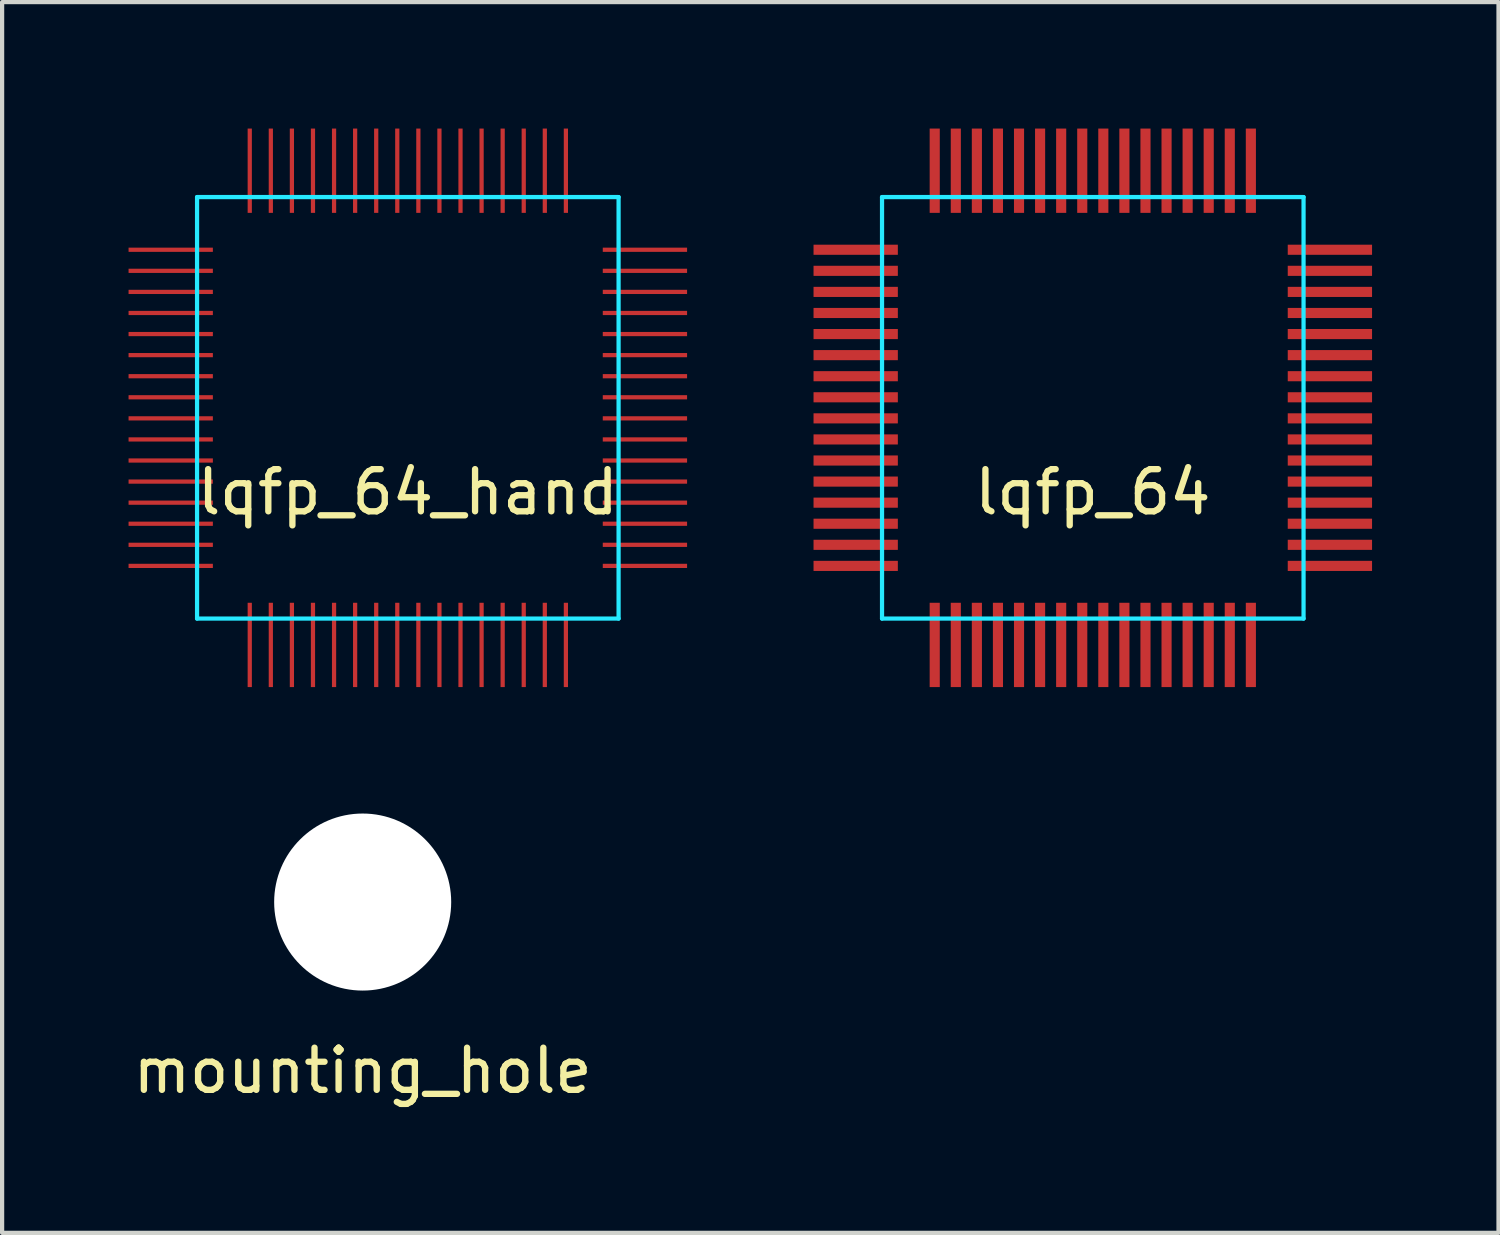
<source format=kicad_pcb>
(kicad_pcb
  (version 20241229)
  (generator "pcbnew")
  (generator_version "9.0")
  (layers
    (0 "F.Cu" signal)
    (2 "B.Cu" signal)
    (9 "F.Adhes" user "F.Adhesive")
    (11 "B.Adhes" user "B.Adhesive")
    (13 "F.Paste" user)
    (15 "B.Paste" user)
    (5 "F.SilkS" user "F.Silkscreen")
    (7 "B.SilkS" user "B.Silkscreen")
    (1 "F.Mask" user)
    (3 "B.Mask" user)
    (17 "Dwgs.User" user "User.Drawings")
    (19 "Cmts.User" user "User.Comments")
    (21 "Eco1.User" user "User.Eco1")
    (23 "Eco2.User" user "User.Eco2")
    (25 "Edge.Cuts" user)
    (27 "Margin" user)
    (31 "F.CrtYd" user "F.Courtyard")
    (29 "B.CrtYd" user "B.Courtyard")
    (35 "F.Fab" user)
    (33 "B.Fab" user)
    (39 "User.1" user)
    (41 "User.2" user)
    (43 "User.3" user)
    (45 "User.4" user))
  (footprint "lqfp_64"
    (layer "F.Cu")
    (at 22.875 6.625)
    (property "Reference" "lqfp_64" (at 0 2 0) (layer "F.SilkS") (effects (font (size 1 1) (thickness 0.15))))
    (attr through_hole)
    (fp_line (start -5 -5) (end -5 5) (stroke (width 0.1) (type solid)) (layer "B.CrtYd"))
    (fp_line (start -5 5) (end 5 5) (stroke (width 0.1) (type solid)) (layer "B.CrtYd"))
    (fp_line (start 5 -5) (end -5 -5) (stroke (width 0.1) (type solid)) (layer "B.CrtYd"))
    (fp_line (start 5 5) (end 5 -5) (stroke (width 0.1) (type solid)) (layer "B.CrtYd"))
    (pad "1" smd rect (at -5.625 -3.75) (size 2 0.24) (layers "F.Cu" "F.Mask" "F.Paste"))
    (pad "2" smd rect (at -5.625 -3.25) (size 2 0.24) (layers "F.Cu" "F.Mask" "F.Paste"))
    (pad "3" smd rect (at -5.625 -2.75) (size 2 0.24) (layers "F.Cu" "F.Mask" "F.Paste"))
    (pad "4" smd rect (at -5.625 -2.25) (size 2 0.24) (layers "F.Cu" "F.Mask" "F.Paste"))
    (pad "5" smd rect (at -5.625 -1.75) (size 2 0.24) (layers "F.Cu" "F.Mask" "F.Paste"))
    (pad "6" smd rect (at -5.625 -1.25) (size 2 0.24) (layers "F.Cu" "F.Mask" "F.Paste"))
    (pad "7" smd rect (at -5.625 -0.75) (size 2 0.24) (layers "F.Cu" "F.Mask" "F.Paste"))
    (pad "8" smd rect (at -5.625 -0.25) (size 2 0.24) (layers "F.Cu" "F.Mask" "F.Paste"))
    (pad "9" smd rect (at -5.625 0.25) (size 2 0.24) (layers "F.Cu" "F.Mask" "F.Paste"))
    (pad "10" smd rect (at -5.625 0.75) (size 2 0.24) (layers "F.Cu" "F.Mask" "F.Paste"))
    (pad "11" smd rect (at -5.625 1.25) (size 2 0.24) (layers "F.Cu" "F.Mask" "F.Paste"))
    (pad "12" smd rect (at -5.625 1.75) (size 2 0.24) (layers "F.Cu" "F.Mask" "F.Paste"))
    (pad "13" smd rect (at -5.625 2.25) (size 2 0.24) (layers "F.Cu" "F.Mask" "F.Paste"))
    (pad "14" smd rect (at -5.625 2.75) (size 2 0.24) (layers "F.Cu" "F.Mask" "F.Paste"))
    (pad "15" smd rect (at -5.625 3.25) (size 2 0.24) (layers "F.Cu" "F.Mask" "F.Paste"))
    (pad "16" smd rect (at -5.625 3.75) (size 2 0.24) (layers "F.Cu" "F.Mask" "F.Paste"))
    (pad "17" smd rect (at -3.75 5.625) (size 0.24 2) (layers "F.Cu" "F.Mask" "F.Paste"))
    (pad "18" smd rect (at -3.25 5.625) (size 0.24 2) (layers "F.Cu" "F.Mask" "F.Paste"))
    (pad "19" smd rect (at -2.75 5.625) (size 0.24 2) (layers "F.Cu" "F.Mask" "F.Paste"))
    (pad "20" smd rect (at -2.25 5.625) (size 0.24 2) (layers "F.Cu" "F.Mask" "F.Paste"))
    (pad "21" smd rect (at -1.75 5.625) (size 0.24 2) (layers "F.Cu" "F.Mask" "F.Paste"))
    (pad "22" smd rect (at -1.25 5.625) (size 0.24 2) (layers "F.Cu" "F.Mask" "F.Paste"))
    (pad "23" smd rect (at -0.75 5.625) (size 0.24 2) (layers "F.Cu" "F.Mask" "F.Paste"))
    (pad "24" smd rect (at -0.25 5.625) (size 0.24 2) (layers "F.Cu" "F.Mask" "F.Paste"))
    (pad "25" smd rect (at 0.25 5.625) (size 0.24 2) (layers "F.Cu" "F.Mask" "F.Paste"))
    (pad "26" smd rect (at 0.75 5.625) (size 0.24 2) (layers "F.Cu" "F.Mask" "F.Paste"))
    (pad "27" smd rect (at 1.25 5.625) (size 0.24 2) (layers "F.Cu" "F.Mask" "F.Paste"))
    (pad "28" smd rect (at 1.75 5.625) (size 0.24 2) (layers "F.Cu" "F.Mask" "F.Paste"))
    (pad "29" smd rect (at 2.25 5.625) (size 0.24 2) (layers "F.Cu" "F.Mask" "F.Paste"))
    (pad "30" smd rect (at 2.75 5.625) (size 0.24 2) (layers "F.Cu" "F.Mask" "F.Paste"))
    (pad "31" smd rect (at 3.25 5.625) (size 0.24 2) (layers "F.Cu" "F.Mask" "F.Paste"))
    (pad "32" smd rect (at 3.75 5.625) (size 0.24 2) (layers "F.Cu" "F.Mask" "F.Paste"))
    (pad "33" smd rect (at 5.625 3.75) (size 2 0.24) (layers "F.Cu" "F.Mask" "F.Paste"))
    (pad "34" smd rect (at 5.625 3.25) (size 2 0.24) (layers "F.Cu" "F.Mask" "F.Paste"))
    (pad "35" smd rect (at 5.625 2.75) (size 2 0.24) (layers "F.Cu" "F.Mask" "F.Paste"))
    (pad "36" smd rect (at 5.625 2.25) (size 2 0.24) (layers "F.Cu" "F.Mask" "F.Paste"))
    (pad "37" smd rect (at 5.625 1.75) (size 2 0.24) (layers "F.Cu" "F.Mask" "F.Paste"))
    (pad "38" smd rect (at 5.625 1.25) (size 2 0.24) (layers "F.Cu" "F.Mask" "F.Paste"))
    (pad "39" smd rect (at 5.625 0.75) (size 2 0.24) (layers "F.Cu" "F.Mask" "F.Paste"))
    (pad "40" smd rect (at 5.625 0.25) (size 2 0.24) (layers "F.Cu" "F.Mask" "F.Paste"))
    (pad "41" smd rect (at 5.625 -0.25) (size 2 0.24) (layers "F.Cu" "F.Mask" "F.Paste"))
    (pad "42" smd rect (at 5.625 -0.75) (size 2 0.24) (layers "F.Cu" "F.Mask" "F.Paste"))
    (pad "43" smd rect (at 5.625 -1.25) (size 2 0.24) (layers "F.Cu" "F.Mask" "F.Paste"))
    (pad "44" smd rect (at 5.625 -1.75) (size 2 0.24) (layers "F.Cu" "F.Mask" "F.Paste"))
    (pad "45" smd rect (at 5.625 -2.25) (size 2 0.24) (layers "F.Cu" "F.Mask" "F.Paste"))
    (pad "46" smd rect (at 5.625 -2.75) (size 2 0.24) (layers "F.Cu" "F.Mask" "F.Paste"))
    (pad "47" smd rect (at 5.625 -3.25) (size 2 0.24) (layers "F.Cu" "F.Mask" "F.Paste"))
    (pad "48" smd rect (at 5.625 -3.75) (size 2 0.24) (layers "F.Cu" "F.Mask" "F.Paste"))
    (pad "49" smd rect (at 3.75 -5.625) (size 0.24 2) (layers "F.Cu" "F.Mask" "F.Paste"))
    (pad "50" smd rect (at 3.25 -5.625) (size 0.24 2) (layers "F.Cu" "F.Mask" "F.Paste"))
    (pad "51" smd rect (at 2.75 -5.625) (size 0.24 2) (layers "F.Cu" "F.Mask" "F.Paste"))
    (pad "52" smd rect (at 2.25 -5.625) (size 0.24 2) (layers "F.Cu" "F.Mask" "F.Paste"))
    (pad "53" smd rect (at 1.75 -5.625) (size 0.24 2) (layers "F.Cu" "F.Mask" "F.Paste"))
    (pad "54" smd rect (at 1.25 -5.625) (size 0.24 2) (layers "F.Cu" "F.Mask" "F.Paste"))
    (pad "55" smd rect (at 0.75 -5.625) (size 0.24 2) (layers "F.Cu" "F.Mask" "F.Paste"))
    (pad "56" smd rect (at 0.25 -5.625) (size 0.24 2) (layers "F.Cu" "F.Mask" "F.Paste"))
    (pad "57" smd rect (at -0.25 -5.625) (size 0.24 2) (layers "F.Cu" "F.Mask" "F.Paste"))
    (pad "58" smd rect (at -0.75 -5.625) (size 0.24 2) (layers "F.Cu" "F.Mask" "F.Paste"))
    (pad "59" smd rect (at -1.25 -5.625) (size 0.24 2) (layers "F.Cu" "F.Mask" "F.Paste"))
    (pad "60" smd rect (at -1.75 -5.625) (size 0.24 2) (layers "F.Cu" "F.Mask" "F.Paste"))
    (pad "61" smd rect (at -2.25 -5.625) (size 0.24 2) (layers "F.Cu" "F.Mask" "F.Paste"))
    (pad "62" smd rect (at -2.75 -5.625) (size 0.24 2) (layers "F.Cu" "F.Mask" "F.Paste"))
    (pad "63" smd rect (at -3.25 -5.625) (size 0.24 2) (layers "F.Cu" "F.Mask" "F.Paste"))
    (pad "64" smd rect (at -3.75 -5.625) (size 0.24 2) (layers "F.Cu" "F.Mask" "F.Paste")))
  (footprint "mounting_hole"
    (layer "F.Cu")
    (at 5.554 18.35)
    (property "Reference" "mounting_hole" (at 0 4 0) (layer "F.SilkS") (effects (font (size 1 1) (thickness 0.15))))
    (attr through_hole)
    (pad "" np_thru_hole circle (at 0 0) (size 4.2 4.2) (drill 4.2) (layers "*.Cu" "*.Mask")))
  (footprint "lqfp_64_hand"
    (layer "F.Cu")
    (at 6.625 6.625)
    (property "Reference" "lqfp_64_hand" (at 0 2 0) (layer "F.SilkS") (effects (font (size 1 1) (thickness 0.15))))
    (attr through_hole)
    (fp_line (start -5 -5) (end -5 5) (stroke (width 0.1) (type solid)) (layer "B.CrtYd"))
    (fp_line (start -5 5) (end 5 5) (stroke (width 0.1) (type solid)) (layer "B.CrtYd"))
    (fp_line (start 5 -5) (end -5 -5) (stroke (width 0.1) (type solid)) (layer "B.CrtYd"))
    (fp_line (start 5 5) (end 5 -5) (stroke (width 0.1) (type solid)) (layer "B.CrtYd"))
    (pad "1" smd rect (at -5.625 -3.75) (size 2 0.1) (layers "F.Cu" "F.Mask" "F.Paste"))
    (pad "2" smd rect (at -5.625 -3.25) (size 2 0.1) (layers "F.Cu" "F.Mask" "F.Paste"))
    (pad "3" smd rect (at -5.625 -2.75) (size 2 0.1) (layers "F.Cu" "F.Mask" "F.Paste"))
    (pad "4" smd rect (at -5.625 -2.25) (size 2 0.1) (layers "F.Cu" "F.Mask" "F.Paste"))
    (pad "5" smd rect (at -5.625 -1.75) (size 2 0.1) (layers "F.Cu" "F.Mask" "F.Paste"))
    (pad "6" smd rect (at -5.625 -1.25) (size 2 0.1) (layers "F.Cu" "F.Mask" "F.Paste"))
    (pad "7" smd rect (at -5.625 -0.75) (size 2 0.1) (layers "F.Cu" "F.Mask" "F.Paste"))
    (pad "8" smd rect (at -5.625 -0.25) (size 2 0.1) (layers "F.Cu" "F.Mask" "F.Paste"))
    (pad "9" smd rect (at -5.625 0.25) (size 2 0.1) (layers "F.Cu" "F.Mask" "F.Paste"))
    (pad "10" smd rect (at -5.625 0.75) (size 2 0.1) (layers "F.Cu" "F.Mask" "F.Paste"))
    (pad "11" smd rect (at -5.625 1.25) (size 2 0.1) (layers "F.Cu" "F.Mask" "F.Paste"))
    (pad "12" smd rect (at -5.625 1.75) (size 2 0.1) (layers "F.Cu" "F.Mask" "F.Paste"))
    (pad "13" smd rect (at -5.625 2.25) (size 2 0.1) (layers "F.Cu" "F.Mask" "F.Paste"))
    (pad "14" smd rect (at -5.625 2.75) (size 2 0.1) (layers "F.Cu" "F.Mask" "F.Paste"))
    (pad "15" smd rect (at -5.625 3.25) (size 2 0.1) (layers "F.Cu" "F.Mask" "F.Paste"))
    (pad "16" smd rect (at -5.625 3.75) (size 2 0.1) (layers "F.Cu" "F.Mask" "F.Paste"))
    (pad "17" smd rect (at -3.75 5.625) (size 0.1 2) (layers "F.Cu" "F.Mask" "F.Paste"))
    (pad "18" smd rect (at -3.25 5.625) (size 0.1 2) (layers "F.Cu" "F.Mask" "F.Paste"))
    (pad "19" smd rect (at -2.75 5.625) (size 0.1 2) (layers "F.Cu" "F.Mask" "F.Paste"))
    (pad "20" smd rect (at -2.25 5.625) (size 0.1 2) (layers "F.Cu" "F.Mask" "F.Paste"))
    (pad "21" smd rect (at -1.75 5.625) (size 0.1 2) (layers "F.Cu" "F.Mask" "F.Paste"))
    (pad "22" smd rect (at -1.25 5.625) (size 0.1 2) (layers "F.Cu" "F.Mask" "F.Paste"))
    (pad "23" smd rect (at -0.75 5.625) (size 0.1 2) (layers "F.Cu" "F.Mask" "F.Paste"))
    (pad "24" smd rect (at -0.25 5.625) (size 0.1 2) (layers "F.Cu" "F.Mask" "F.Paste"))
    (pad "25" smd rect (at 0.25 5.625) (size 0.1 2) (layers "F.Cu" "F.Mask" "F.Paste"))
    (pad "26" smd rect (at 0.75 5.625) (size 0.1 2) (layers "F.Cu" "F.Mask" "F.Paste"))
    (pad "27" smd rect (at 1.25 5.625) (size 0.1 2) (layers "F.Cu" "F.Mask" "F.Paste"))
    (pad "28" smd rect (at 1.75 5.625) (size 0.1 2) (layers "F.Cu" "F.Mask" "F.Paste"))
    (pad "29" smd rect (at 2.25 5.625) (size 0.1 2) (layers "F.Cu" "F.Mask" "F.Paste"))
    (pad "30" smd rect (at 2.75 5.625) (size 0.1 2) (layers "F.Cu" "F.Mask" "F.Paste"))
    (pad "31" smd rect (at 3.25 5.625) (size 0.1 2) (layers "F.Cu" "F.Mask" "F.Paste"))
    (pad "32" smd rect (at 3.75 5.625) (size 0.1 2) (layers "F.Cu" "F.Mask" "F.Paste"))
    (pad "33" smd rect (at 5.625 3.75) (size 2 0.1) (layers "F.Cu" "F.Mask" "F.Paste"))
    (pad "34" smd rect (at 5.625 3.25) (size 2 0.1) (layers "F.Cu" "F.Mask" "F.Paste"))
    (pad "35" smd rect (at 5.625 2.75) (size 2 0.1) (layers "F.Cu" "F.Mask" "F.Paste"))
    (pad "36" smd rect (at 5.625 2.25) (size 2 0.1) (layers "F.Cu" "F.Mask" "F.Paste"))
    (pad "37" smd rect (at 5.625 1.75) (size 2 0.1) (layers "F.Cu" "F.Mask" "F.Paste"))
    (pad "38" smd rect (at 5.625 1.25) (size 2 0.1) (layers "F.Cu" "F.Mask" "F.Paste"))
    (pad "39" smd rect (at 5.625 0.75) (size 2 0.1) (layers "F.Cu" "F.Mask" "F.Paste"))
    (pad "40" smd rect (at 5.625 0.25) (size 2 0.1) (layers "F.Cu" "F.Mask" "F.Paste"))
    (pad "41" smd rect (at 5.625 -0.25) (size 2 0.1) (layers "F.Cu" "F.Mask" "F.Paste"))
    (pad "42" smd rect (at 5.625 -0.75) (size 2 0.1) (layers "F.Cu" "F.Mask" "F.Paste"))
    (pad "43" smd rect (at 5.625 -1.25) (size 2 0.1) (layers "F.Cu" "F.Mask" "F.Paste"))
    (pad "44" smd rect (at 5.625 -1.75) (size 2 0.1) (layers "F.Cu" "F.Mask" "F.Paste"))
    (pad "45" smd rect (at 5.625 -2.25) (size 2 0.1) (layers "F.Cu" "F.Mask" "F.Paste"))
    (pad "46" smd rect (at 5.625 -2.75) (size 2 0.1) (layers "F.Cu" "F.Mask" "F.Paste"))
    (pad "47" smd rect (at 5.625 -3.25) (size 2 0.1) (layers "F.Cu" "F.Mask" "F.Paste"))
    (pad "48" smd rect (at 5.625 -3.75) (size 2 0.1) (layers "F.Cu" "F.Mask" "F.Paste"))
    (pad "49" smd rect (at 3.75 -5.625) (size 0.1 2) (layers "F.Cu" "F.Mask" "F.Paste"))
    (pad "50" smd rect (at 3.25 -5.625) (size 0.1 2) (layers "F.Cu" "F.Mask" "F.Paste"))
    (pad "51" smd rect (at 2.75 -5.625) (size 0.1 2) (layers "F.Cu" "F.Mask" "F.Paste"))
    (pad "52" smd rect (at 2.25 -5.625) (size 0.1 2) (layers "F.Cu" "F.Mask" "F.Paste"))
    (pad "53" smd rect (at 1.75 -5.625) (size 0.1 2) (layers "F.Cu" "F.Mask" "F.Paste"))
    (pad "54" smd rect (at 1.25 -5.625) (size 0.1 2) (layers "F.Cu" "F.Mask" "F.Paste"))
    (pad "55" smd rect (at 0.75 -5.625) (size 0.1 2) (layers "F.Cu" "F.Mask" "F.Paste"))
    (pad "56" smd rect (at 0.25 -5.625) (size 0.1 2) (layers "F.Cu" "F.Mask" "F.Paste"))
    (pad "57" smd rect (at -0.25 -5.625) (size 0.1 2) (layers "F.Cu" "F.Mask" "F.Paste"))
    (pad "58" smd rect (at -0.75 -5.625) (size 0.1 2) (layers "F.Cu" "F.Mask" "F.Paste"))
    (pad "59" smd rect (at -1.25 -5.625) (size 0.1 2) (layers "F.Cu" "F.Mask" "F.Paste"))
    (pad "60" smd rect (at -1.75 -5.625) (size 0.1 2) (layers "F.Cu" "F.Mask" "F.Paste"))
    (pad "61" smd rect (at -2.25 -5.625) (size 0.1 2) (layers "F.Cu" "F.Mask" "F.Paste"))
    (pad "62" smd rect (at -2.75 -5.625) (size 0.1 2) (layers "F.Cu" "F.Mask" "F.Paste"))
    (pad "63" smd rect (at -3.25 -5.625) (size 0.1 2) (layers "F.Cu" "F.Mask" "F.Paste"))
    (pad "64" smd rect (at -3.75 -5.625) (size 0.1 2) (layers "F.Cu" "F.Mask" "F.Paste")))
  (gr_rect
    (start -3 -3)
    (end 32.5 26.198)
    (stroke (width 0.1) (type default))
    (fill no)
    (layer "Edge.Cuts")))
</source>
